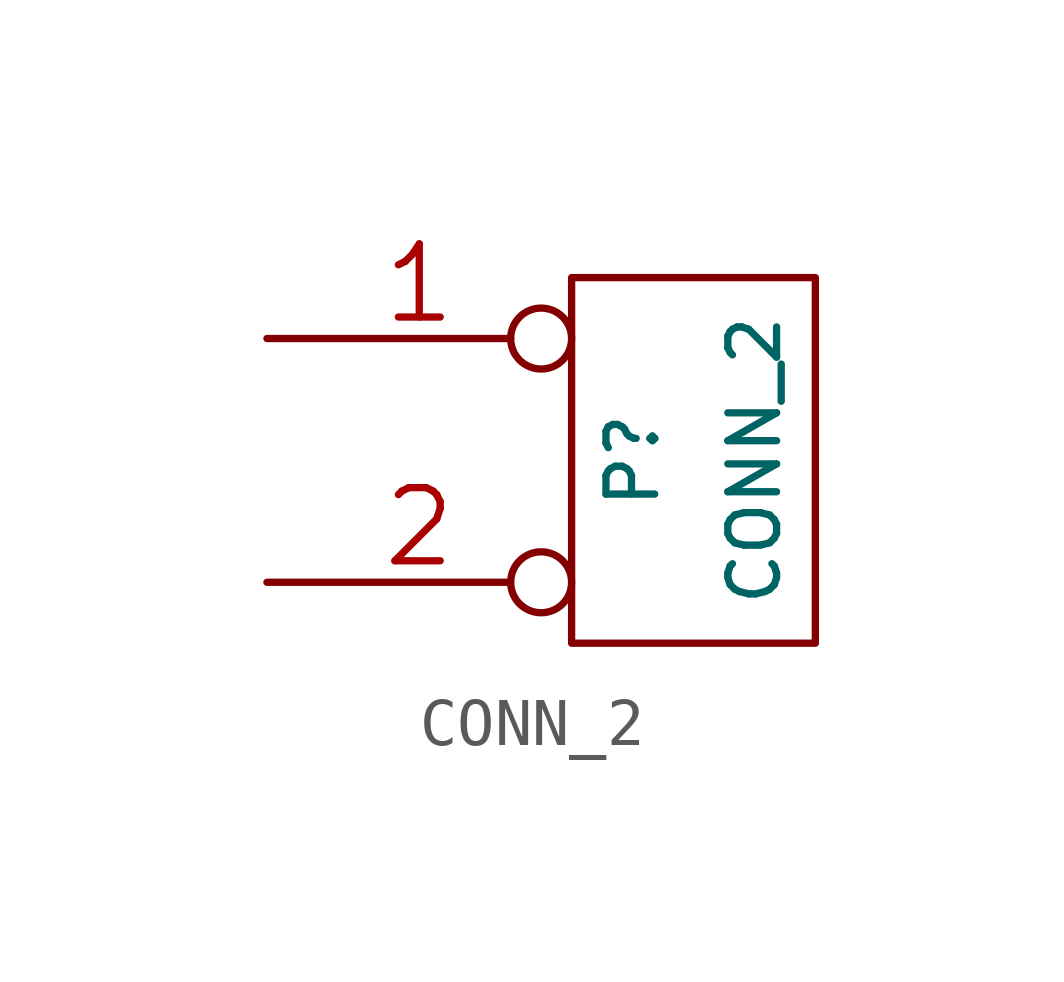
<source format=kicad_sym>
(kicad_symbol_lib
  (version 20201005)
  (generator kicad_symbol_editor)
  (symbol "pic_programmer_schlib:CONN_2"
    (pin_names
      (offset 1.016) hide)
    (property "Reference" "P"
      (at -1.27 0 90)
      (effects (font (size 1.016 1.016))))
    (property "Value" "CONN_2"
      (at 1.27 0 90)
      (effects (font (size 1.016 1.016))))
    (property "Footprint" ""
      (at 0 0 0)
      (effects (font (size 1.524 1.524))))
    (property "Datasheet" ""
      (at 0 0 0)
      (effects (font (size 1.524 1.524))))
    (symbol "CONN_2_0_1"
      (rectangle (start -2.54 3.81) (end 2.54 -3.81) (stroke (width 0)) (fill (type none))))
    (symbol "CONN_2_1_1"
      (pin passive inverted (at -8.89 2.54 0) (length 6.35) (name "P1" (effects (font (size 1.524 1.524)))) (number "1" (effects (font (size 1.524 1.524)))))
      (pin passive inverted (at -8.89 -2.54 0) (length 6.35) (name "PM" (effects (font (size 1.524 1.524)))) (number "2" (effects (font (size 1.524 1.524))))))))
</source>
